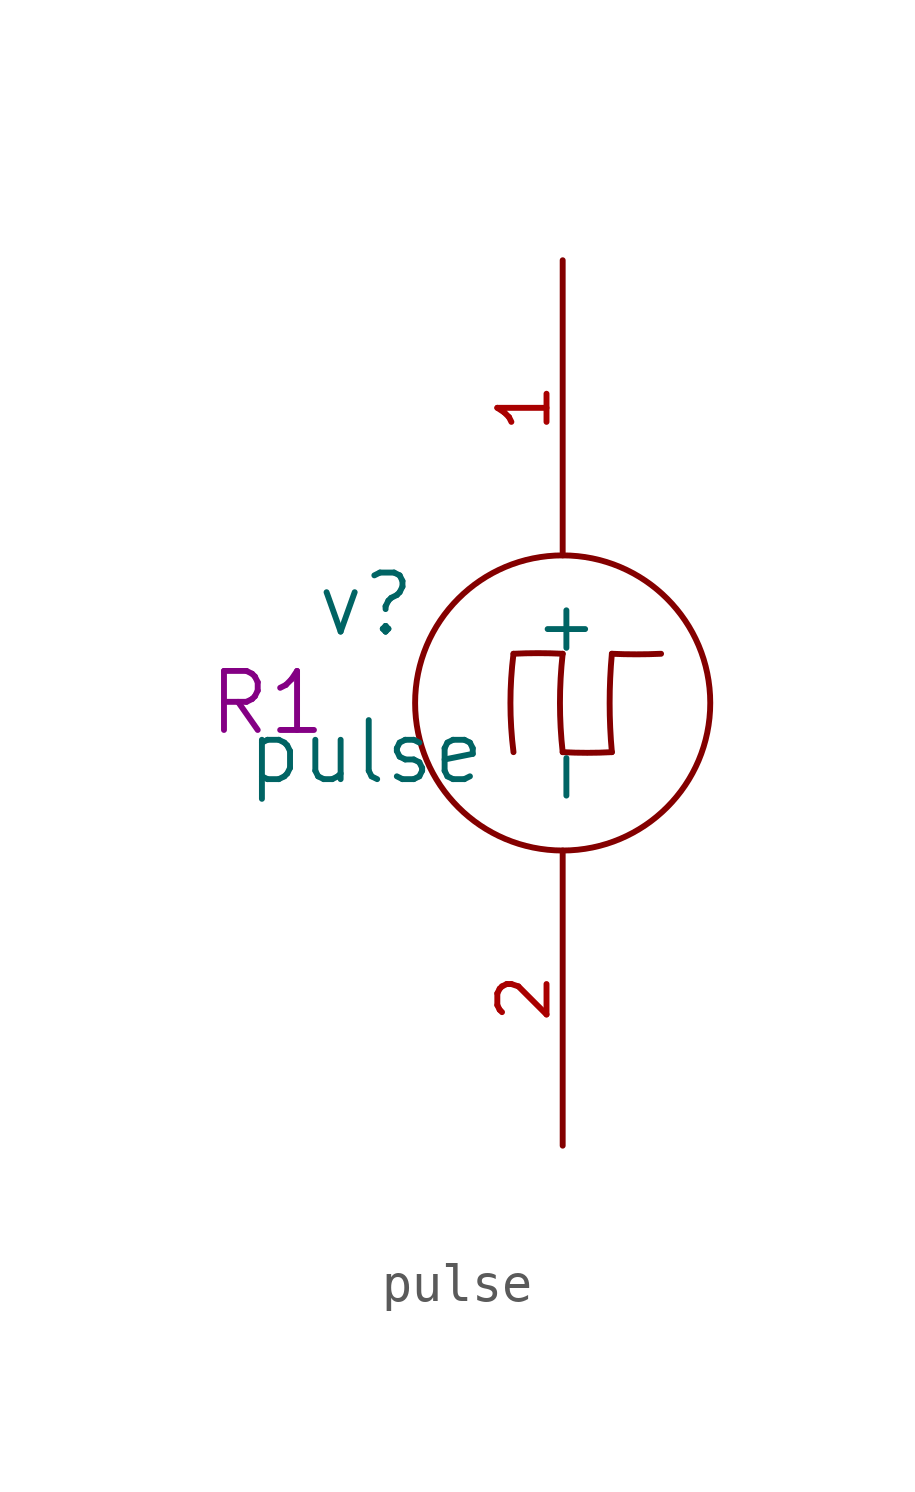
<source format=kicad_sym>
(kicad_symbol_lib
  (version 20211014)
  (generator kicad_symbol_editor)
  (symbol "pulse"
    (pin_names
      (offset 1.016))
    (property "Reference" "v"
      (at -5.08 2.54 0)
      (effects (font (size 1.524 1.524))))
    (property "Value" "pulse"
      (at -5.08 -1.27 0)
      (effects (font (size 1.524 1.524))))
    (property "Footprint" "R1"
      (at -7.62 0 0)
      (effects (font (size 1.524 1.524))))
    (property "Datasheet" ""
      (at 0 0 0)
      (effects (font (size 1.524 1.524))))
    (symbol "pulse_0_1"
      (arc (start -1.27 1.27) (mid -1.3491 0) (end -1.27 -1.27) (stroke (width 0) (type default) (color 0 0 0 0)) (fill (type none)))
      (arc (start 0 -1.27) (mid 0.635 -1.2876) (end 1.27 -1.27) (stroke (width 0) (type default) (color 0 0 0 0)) (fill (type none)))
      (circle (center 0 0) (radius 3.81) (stroke (width 0) (type default) (color 0 0 0 0)) (fill (type none)))
      (arc (start 0 1.27) (mid -0.635 1.2859) (end -1.27 1.27) (stroke (width 0) (type default) (color 0 0 0 0)) (fill (type none)))
      (arc (start 0 1.27) (mid -0.0703 0) (end 0 -1.27) (stroke (width 0) (type default) (color 0 0 0 0)) (fill (type none)))
      (arc (start 1.27 1.27) (mid 1.2124 0) (end 1.27 -1.27) (stroke (width 0) (type default) (color 0 0 0 0)) (fill (type none)))
      (arc (start 1.27 1.27) (mid 1.905 1.2556) (end 2.54 1.27) (stroke (width 0) (type default) (color 0 0 0 0)) (fill (type none))))
    (symbol "pulse_1_1"
      (pin passive line (at 0 11.43 270) (length 7.62) (name "+" (effects (font (size 1.27 1.27)))) (number "1" (effects (font (size 1.27 1.27)))))
      (pin passive line (at 0 -11.43 90) (length 7.62) (name "-" (effects (font (size 1.27 1.27)))) (number "2" (effects (font (size 1.27 1.27))))))))
</source>
